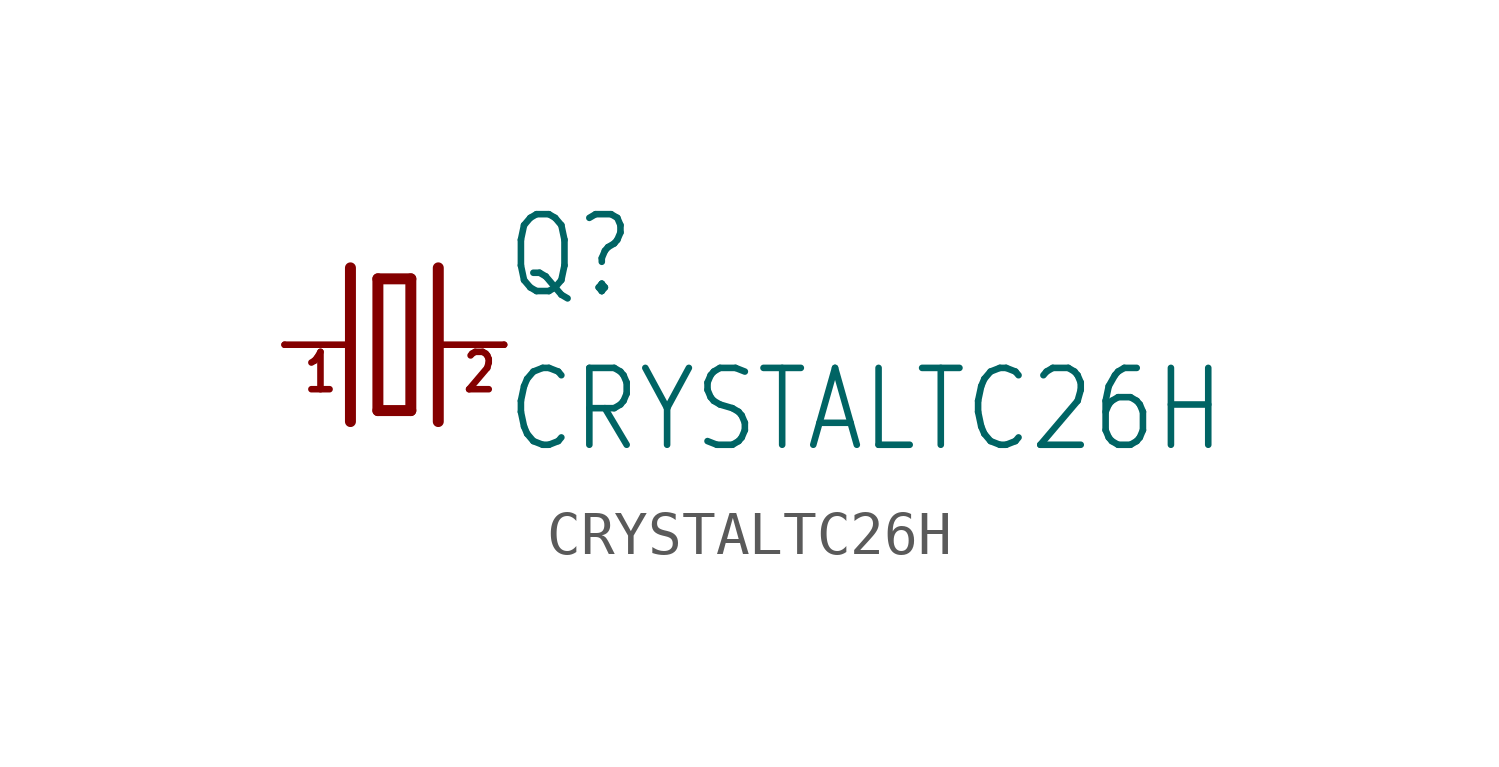
<source format=kicad_sym>
(kicad_symbol_lib
  (version 20220914)
  (generator kicad_symbol_editor)
  (symbol "CRYSTALTC26H"
    (property "Reference" "Q"
      (at 2.54 1.016 0)
      (effects (font (size 1.778 1.511)) (justify left bottom)))
    (property "Value" "CRYSTALTC26H"
      (at 2.54 -2.54 0)
      (effects (font (size 1.778 1.511)) (justify left bottom)))
    (property "ki_locked" ""
      (at 0 0 0)
      (effects (font (size 1.27 1.27))))
    (symbol "CRYSTALTC26H_1_0"
      (polyline (pts (xy -2.54 0) (xy -1.016 0)) (stroke (width 0.152) (type default)) (fill (type none)))
      (polyline (pts (xy -1.016 1.778) (xy -1.016 -1.778)) (stroke (width 0.254) (type default)) (fill (type none)))
      (polyline (pts (xy -0.381 -1.524) (xy 0.381 -1.524)) (stroke (width 0.254) (type default)) (fill (type none)))
      (polyline (pts (xy -0.381 1.524) (xy -0.381 -1.524)) (stroke (width 0.254) (type default)) (fill (type none)))
      (polyline (pts (xy 0.381 -1.524) (xy 0.381 1.524)) (stroke (width 0.254) (type default)) (fill (type none)))
      (polyline (pts (xy 0.381 1.524) (xy -0.381 1.524)) (stroke (width 0.254) (type default)) (fill (type none)))
      (polyline (pts (xy 1.016 0) (xy 2.54 0)) (stroke (width 0.152) (type default)) (fill (type none)))
      (polyline (pts (xy 1.016 1.778) (xy 1.016 -1.778)) (stroke (width 0.254) (type default)) (fill (type none)))
      (text "1" (at -2.159 -1.143 0) (effects (font (size 0.864 0.734)) (justify left bottom)))
      (text "2" (at 1.524 -1.143 0) (effects (font (size 0.864 0.734)) (justify left bottom)))
      (pin passive line (at -2.54 0 0) (length 0) (name "1" (effects (font (size 0 0)))) (number "1" (effects (font (size 0 0)))))
      (pin passive line (at 2.54 0 180) (length 0) (name "2" (effects (font (size 0 0)))) (number "2" (effects (font (size 0 0))))))))
</source>
